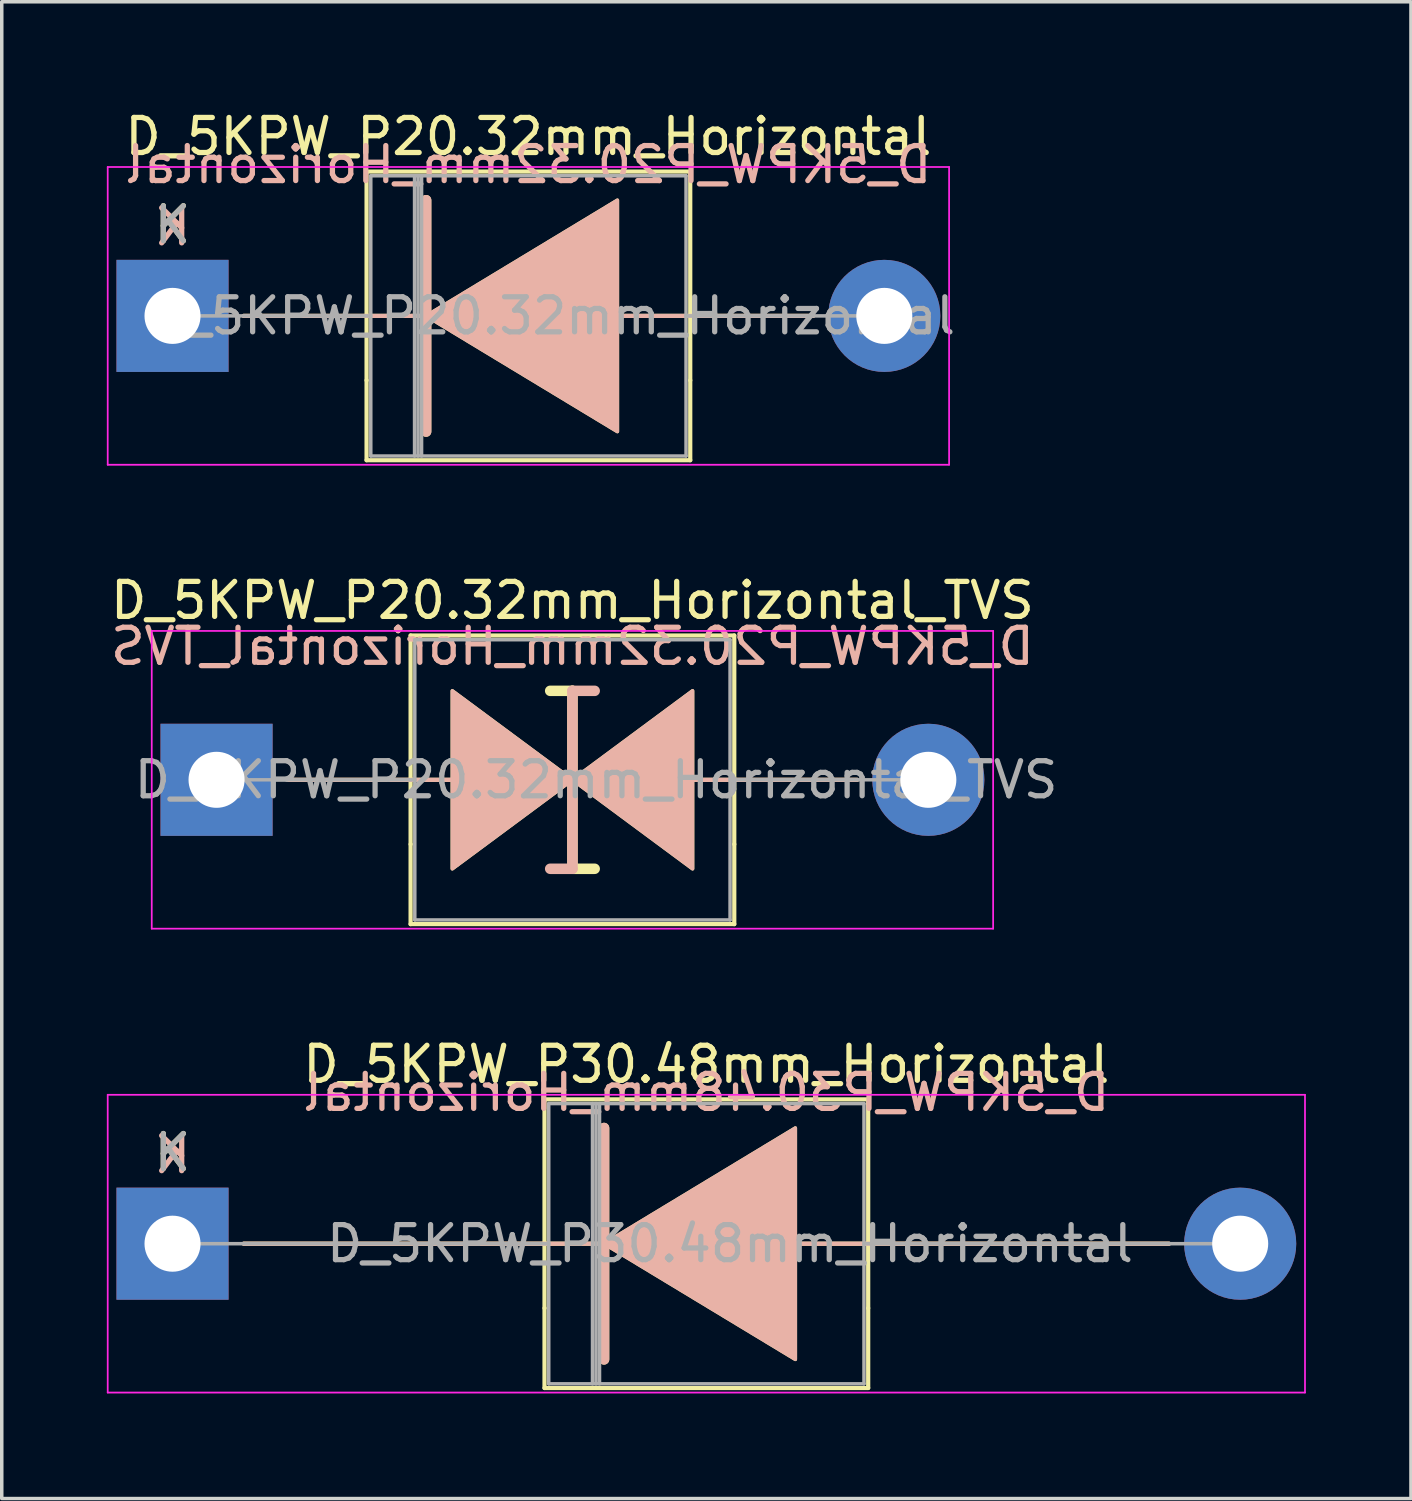
<source format=kicad_pcb>
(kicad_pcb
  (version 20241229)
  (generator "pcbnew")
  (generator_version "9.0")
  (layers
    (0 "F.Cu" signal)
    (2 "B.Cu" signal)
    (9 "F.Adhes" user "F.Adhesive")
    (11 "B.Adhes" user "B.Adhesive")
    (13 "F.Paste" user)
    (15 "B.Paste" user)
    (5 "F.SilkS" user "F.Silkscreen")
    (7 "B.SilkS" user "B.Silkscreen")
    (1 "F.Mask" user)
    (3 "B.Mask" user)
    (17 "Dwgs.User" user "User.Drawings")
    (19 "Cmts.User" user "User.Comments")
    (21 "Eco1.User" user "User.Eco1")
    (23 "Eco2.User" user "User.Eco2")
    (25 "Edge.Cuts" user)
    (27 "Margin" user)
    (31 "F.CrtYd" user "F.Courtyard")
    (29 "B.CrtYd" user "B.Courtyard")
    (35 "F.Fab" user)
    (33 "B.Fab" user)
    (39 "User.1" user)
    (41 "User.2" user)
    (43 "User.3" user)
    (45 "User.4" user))
  (footprint "D_5KPW_P20.32mm_Horizontal_TVS"
    (layer "F.Cu")
    (at 3.132 19.212)
    (property "Reference" "D_5KPW_P20.32mm_Horizontal_TVS" (at 10.16 -5.12 0) (layer "F.SilkS") (effects (font (size 1 1) (thickness 0.15))))
    (fp_line (start 5.54 -4.12) (end 14.78 -4.12) (stroke (width 0.12) (type solid)) (layer "F.SilkS"))
    (fp_line (start 5.54 1.84) (end 5.54 -4.12) (stroke (width 0.12) (type solid)) (layer "F.SilkS"))
    (fp_line (start 5.54 1.84) (end 5.54 4.12) (stroke (width 0.12) (type solid)) (layer "F.SilkS"))
    (fp_line (start 5.54 4.12) (end 14.78 4.12) (stroke (width 0.12) (type solid)) (layer "F.SilkS"))
    (fp_line (start 6.731 0) (end 2.032 0) (stroke (width 0.12) (type solid)) (layer "F.SilkS"))
    (fp_line (start 10.16 -2.54) (end 9.525 -2.54) (stroke (width 0.3) (type solid)) (layer "F.SilkS"))
    (fp_line (start 10.16 2.54) (end 10.16 -2.54) (stroke (width 0.3) (type solid)) (layer "F.SilkS"))
    (fp_line (start 10.16 2.54) (end 10.795 2.54) (stroke (width 0.3) (type solid)) (layer "F.SilkS"))
    (fp_line (start 14.78 -4.12) (end 14.78 1.84) (stroke (width 0.12) (type solid)) (layer "F.SilkS"))
    (fp_line (start 14.78 4.12) (end 14.78 1.84) (stroke (width 0.12) (type solid)) (layer "F.SilkS"))
    (fp_line (start 18.288 0) (end 13.589 0) (stroke (width 0.12) (type solid)) (layer "F.SilkS"))
    (fp_poly (pts (xy 10.16 0) (xy 6.731 2.54) (xy 6.731 -2.54)) (stroke (width 0.1) (type solid)) (fill yes) (layer "F.SilkS"))
    (fp_poly (pts (xy 10.16 0) (xy 13.589 -2.54) (xy 13.589 2.54)) (stroke (width 0.1) (type solid)) (fill yes) (layer "F.SilkS"))
    (fp_line (start 6.731 0) (end 2.032 0) (stroke (width 0.12) (type solid)) (layer "B.SilkS"))
    (fp_line (start 10.16 -2.54) (end 10.16 2.54) (stroke (width 0.3) (type solid)) (layer "B.SilkS"))
    (fp_line (start 10.16 -2.54) (end 10.795 -2.54) (stroke (width 0.3) (type solid)) (layer "B.SilkS"))
    (fp_line (start 10.16 2.54) (end 9.525 2.54) (stroke (width 0.3) (type solid)) (layer "B.SilkS"))
    (fp_line (start 18.288 0) (end 13.589 0) (stroke (width 0.12) (type solid)) (layer "B.SilkS"))
    (fp_poly (pts (xy 10.16 0) (xy 6.731 -2.54) (xy 6.731 2.54)) (stroke (width 0.1) (type solid)) (fill yes) (layer "B.SilkS"))
    (fp_poly (pts (xy 10.16 0) (xy 13.589 2.54) (xy 13.589 -2.54)) (stroke (width 0.1) (type solid)) (fill yes) (layer "B.SilkS"))
    (fp_line (start -1.85 -4.25) (end -1.85 4.25) (stroke (width 0.05) (type solid)) (layer "F.CrtYd"))
    (fp_line (start -1.85 4.25) (end 22.17 4.25) (stroke (width 0.05) (type solid)) (layer "F.CrtYd"))
    (fp_line (start 22.17 -4.25) (end -1.85 -4.25) (stroke (width 0.05) (type solid)) (layer "F.CrtYd"))
    (fp_line (start 22.17 4.25) (end 22.17 -4.25) (stroke (width 0.05) (type solid)) (layer "F.CrtYd"))
    (fp_line (start 0 0) (end 5.66 0) (stroke (width 0.1) (type solid)) (layer "F.Fab"))
    (fp_line (start 5.66 -4) (end 5.66 4) (stroke (width 0.1) (type solid)) (layer "F.Fab"))
    (fp_line (start 5.66 4) (end 14.66 4) (stroke (width 0.1) (type solid)) (layer "F.Fab"))
    (fp_line (start 14.66 -4) (end 5.66 -4) (stroke (width 0.1) (type solid)) (layer "F.Fab"))
    (fp_line (start 14.66 4) (end 14.66 -4) (stroke (width 0.1) (type solid)) (layer "F.Fab"))
    (fp_line (start 20.32 0) (end 14.66 0) (stroke (width 0.1) (type solid)) (layer "F.Fab"))
    (fp_text user "${REFERENCE}" (at 10.16 -3.81 0) (layer "B.SilkS") (effects (font (size 1 1) (thickness 0.15)) (justify mirror)))
    (fp_text user "${REFERENCE}" (at 10.835 0 0) (layer "F.Fab") (effects (font (size 1 1) (thickness 0.15))))
    (pad "1" thru_hole rect (at 0 0) (size 3.2 3.2) (drill 1.6) (layers "*.Cu" "*.Mask"))
    (pad "2" thru_hole oval (at 20.32 0) (size 3.2 3.2) (drill 1.6) (layers "*.Cu" "*.Mask")))
  (footprint "D_5KPW_P30.48mm_Horizontal"
    (layer "F.Cu")
    (at 1.875 32.455)
    (property "Reference" "D_5KPW_P30.48mm_Horizontal" (at 15.24 -5.12 0) (layer "F.SilkS") (effects (font (size 1 1) (thickness 0.15))))
    (fp_line (start 2.032 0) (end 12.319 0) (stroke (width 0.12) (type solid)) (layer "F.SilkS"))
    (fp_line (start 10.62 -4.12) (end 19.86 -4.12) (stroke (width 0.12) (type solid)) (layer "F.SilkS"))
    (fp_line (start 10.62 1.84) (end 10.62 -4.12) (stroke (width 0.12) (type solid)) (layer "F.SilkS"))
    (fp_line (start 10.62 1.84) (end 10.62 4.12) (stroke (width 0.12) (type solid)) (layer "F.SilkS"))
    (fp_line (start 10.62 4.12) (end 19.86 4.12) (stroke (width 0.12) (type solid)) (layer "F.SilkS"))
    (fp_line (start 12.319 -3.302) (end 12.319 3.302) (stroke (width 0.3) (type solid)) (layer "F.SilkS"))
    (fp_line (start 19.86 -4.12) (end 19.86 1.84) (stroke (width 0.12) (type solid)) (layer "F.SilkS"))
    (fp_line (start 19.86 4.12) (end 19.86 1.84) (stroke (width 0.12) (type solid)) (layer "F.SilkS"))
    (fp_line (start 28.448 0) (end 17.29 0) (stroke (width 0.12) (type solid)) (layer "F.SilkS"))
    (fp_poly (pts (xy 17.78 3.302) (xy 12.319 0) (xy 17.78 -3.302)) (stroke (width 0.1) (type solid)) (fill yes) (layer "F.SilkS"))
    (fp_line (start 2.032 0) (end 12.319 0) (stroke (width 0.12) (type solid)) (layer "B.SilkS"))
    (fp_line (start 12.319 3.302) (end 12.319 -3.302) (stroke (width 0.3) (type solid)) (layer "B.SilkS"))
    (fp_line (start 28.448 0) (end 17.29 0) (stroke (width 0.12) (type solid)) (layer "B.SilkS"))
    (fp_poly (pts (xy 17.78 -3.302) (xy 12.319 0) (xy 17.78 3.302)) (stroke (width 0.1) (type solid)) (fill yes) (layer "B.SilkS"))
    (fp_line (start -1.85 -4.25) (end -1.85 4.25) (stroke (width 0.05) (type solid)) (layer "F.CrtYd"))
    (fp_line (start -1.85 4.25) (end 32.33 4.25) (stroke (width 0.05) (type solid)) (layer "F.CrtYd"))
    (fp_line (start 32.33 -4.25) (end -1.85 -4.25) (stroke (width 0.05) (type solid)) (layer "F.CrtYd"))
    (fp_line (start 32.33 4.25) (end 32.33 -4.25) (stroke (width 0.05) (type solid)) (layer "F.CrtYd"))
    (fp_line (start 0 0) (end 10.74 0) (stroke (width 0.1) (type solid)) (layer "F.Fab"))
    (fp_line (start 10.74 -4) (end 10.74 4) (stroke (width 0.1) (type solid)) (layer "F.Fab"))
    (fp_line (start 10.74 4) (end 19.74 4) (stroke (width 0.1) (type solid)) (layer "F.Fab"))
    (fp_line (start 11.99 -4) (end 11.99 4) (stroke (width 0.1) (type solid)) (layer "F.Fab"))
    (fp_line (start 12.09 -4) (end 12.09 4) (stroke (width 0.1) (type solid)) (layer "F.Fab"))
    (fp_line (start 12.19 -4) (end 12.19 4) (stroke (width 0.1) (type solid)) (layer "F.Fab"))
    (fp_line (start 19.74 -4) (end 10.74 -4) (stroke (width 0.1) (type solid)) (layer "F.Fab"))
    (fp_line (start 19.74 4) (end 19.74 -4) (stroke (width 0.1) (type solid)) (layer "F.Fab"))
    (fp_line (start 30.48 0) (end 19.74 0) (stroke (width 0.1) (type solid)) (layer "F.Fab"))
    (fp_text user "K" (at 0 -2.6 0) (layer "F.SilkS") (effects (font (size 1 1) (thickness 0.15))))
    (fp_text user "K" (at 0 -2.54 0) (layer "B.SilkS") (effects (font (size 1 1) (thickness 0.15)) (justify mirror)))
    (fp_text user "${REFERENCE}" (at 15.24 -4.318 0) (layer "B.SilkS") (effects (font (size 1 1) (thickness 0.15)) (justify mirror)))
    (fp_text user "K" (at 0 -2.6 0) (layer "F.Fab") (effects (font (size 1 1) (thickness 0.15))))
    (fp_text user "${REFERENCE}" (at 15.915 0 0) (layer "F.Fab") (effects (font (size 1 1) (thickness 0.15))))
    (pad "1" thru_hole rect (at 0 0) (size 3.2 3.2) (drill 1.6) (layers "*.Cu" "*.Mask"))
    (pad "2" thru_hole oval (at 30.48 0) (size 3.2 3.2) (drill 1.6) (layers "*.Cu" "*.Mask")))
  (footprint "D_5KPW_P20.32mm_Horizontal"
    (layer "F.Cu")
    (at 1.875 5.968)
    (property "Reference" "D_5KPW_P20.32mm_Horizontal" (at 10.16 -5.12 0) (layer "F.SilkS") (effects (font (size 1 1) (thickness 0.15))))
    (fp_line (start 2.032 0) (end 7.239 0) (stroke (width 0.12) (type solid)) (layer "F.SilkS"))
    (fp_line (start 5.54 -4.12) (end 14.78 -4.12) (stroke (width 0.12) (type solid)) (layer "F.SilkS"))
    (fp_line (start 5.54 1.84) (end 5.54 -4.12) (stroke (width 0.12) (type solid)) (layer "F.SilkS"))
    (fp_line (start 5.54 1.84) (end 5.54 4.12) (stroke (width 0.12) (type solid)) (layer "F.SilkS"))
    (fp_line (start 5.54 4.12) (end 14.78 4.12) (stroke (width 0.12) (type solid)) (layer "F.SilkS"))
    (fp_line (start 7.239 3.302) (end 7.239 -3.302) (stroke (width 0.3) (type solid)) (layer "F.SilkS"))
    (fp_line (start 14.78 -4.12) (end 14.78 1.84) (stroke (width 0.12) (type solid)) (layer "F.SilkS"))
    (fp_line (start 14.78 4.12) (end 14.78 1.84) (stroke (width 0.12) (type solid)) (layer "F.SilkS"))
    (fp_line (start 18.288 0) (end 12.21 0) (stroke (width 0.12) (type solid)) (layer "F.SilkS"))
    (fp_poly (pts (xy 12.7 3.302) (xy 7.239 0) (xy 12.7 -3.302)) (stroke (width 0.1) (type solid)) (fill yes) (layer "F.SilkS"))
    (fp_line (start 2.032 0) (end 7.239 0) (stroke (width 0.12) (type solid)) (layer "B.SilkS"))
    (fp_line (start 7.239 -3.302) (end 7.239 3.302) (stroke (width 0.3) (type solid)) (layer "B.SilkS"))
    (fp_line (start 18.288 0) (end 12.21 0) (stroke (width 0.12) (type solid)) (layer "B.SilkS"))
    (fp_poly (pts (xy 12.7 -3.302) (xy 7.239 0) (xy 12.7 3.302)) (stroke (width 0.1) (type solid)) (fill yes) (layer "B.SilkS"))
    (fp_line (start -1.85 -4.25) (end -1.85 4.25) (stroke (width 0.05) (type solid)) (layer "F.CrtYd"))
    (fp_line (start -1.85 4.25) (end 22.17 4.25) (stroke (width 0.05) (type solid)) (layer "F.CrtYd"))
    (fp_line (start 22.17 -4.25) (end -1.85 -4.25) (stroke (width 0.05) (type solid)) (layer "F.CrtYd"))
    (fp_line (start 22.17 4.25) (end 22.17 -4.25) (stroke (width 0.05) (type solid)) (layer "F.CrtYd"))
    (fp_line (start 0 0) (end 5.66 0) (stroke (width 0.1) (type solid)) (layer "F.Fab"))
    (fp_line (start 5.66 -4) (end 5.66 4) (stroke (width 0.1) (type solid)) (layer "F.Fab"))
    (fp_line (start 5.66 4) (end 14.66 4) (stroke (width 0.1) (type solid)) (layer "F.Fab"))
    (fp_line (start 6.91 -4) (end 6.91 4) (stroke (width 0.1) (type solid)) (layer "F.Fab"))
    (fp_line (start 7.01 -4) (end 7.01 4) (stroke (width 0.1) (type solid)) (layer "F.Fab"))
    (fp_line (start 7.11 -4) (end 7.11 4) (stroke (width 0.1) (type solid)) (layer "F.Fab"))
    (fp_line (start 14.66 -4) (end 5.66 -4) (stroke (width 0.1) (type solid)) (layer "F.Fab"))
    (fp_line (start 14.66 4) (end 14.66 -4) (stroke (width 0.1) (type solid)) (layer "F.Fab"))
    (fp_line (start 20.32 0) (end 14.66 0) (stroke (width 0.1) (type solid)) (layer "F.Fab"))
    (fp_text user "K" (at 0 -2.6 0) (layer "F.SilkS") (effects (font (size 1 1) (thickness 0.15))))
    (fp_text user "${REFERENCE}" (at 10.16 -4.318 0) (layer "B.SilkS") (effects (font (size 1 1) (thickness 0.15)) (justify mirror)))
    (fp_text user "K" (at 0 -2.54 0) (layer "B.SilkS") (effects (font (size 1 1) (thickness 0.15)) (justify mirror)))
    (fp_text user "K" (at 0 -2.6 0) (layer "F.Fab") (effects (font (size 1 1) (thickness 0.15))))
    (fp_text user "${REFERENCE}" (at 10.835 0 0) (layer "F.Fab") (effects (font (size 1 1) (thickness 0.15))))
    (pad "1" thru_hole rect (at 0 0) (size 3.2 3.2) (drill 1.6) (layers "*.Cu" "*.Mask"))
    (pad "2" thru_hole oval (at 20.32 0) (size 3.2 3.2) (drill 1.6) (layers "*.Cu" "*.Mask")))
  (gr_rect
    (start -3 -3)
    (end 37.23 39.73)
    (stroke (width 0.1) (type default))
    (fill no)
    (layer "Edge.Cuts")))
</source>
